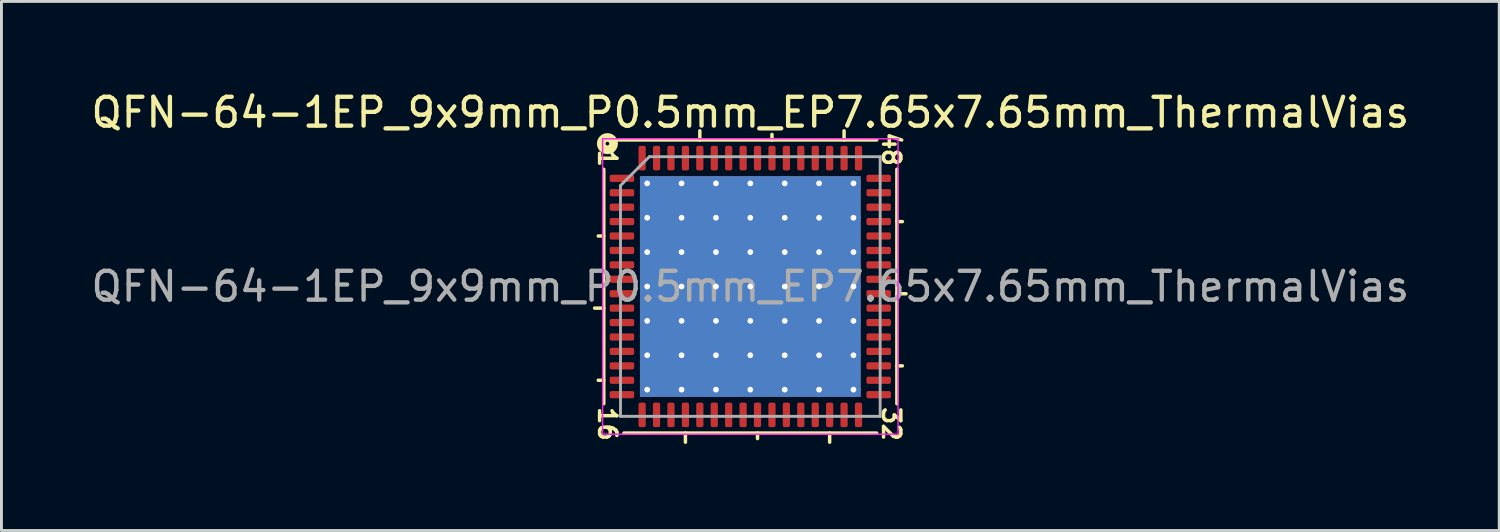
<source format=kicad_pcb>
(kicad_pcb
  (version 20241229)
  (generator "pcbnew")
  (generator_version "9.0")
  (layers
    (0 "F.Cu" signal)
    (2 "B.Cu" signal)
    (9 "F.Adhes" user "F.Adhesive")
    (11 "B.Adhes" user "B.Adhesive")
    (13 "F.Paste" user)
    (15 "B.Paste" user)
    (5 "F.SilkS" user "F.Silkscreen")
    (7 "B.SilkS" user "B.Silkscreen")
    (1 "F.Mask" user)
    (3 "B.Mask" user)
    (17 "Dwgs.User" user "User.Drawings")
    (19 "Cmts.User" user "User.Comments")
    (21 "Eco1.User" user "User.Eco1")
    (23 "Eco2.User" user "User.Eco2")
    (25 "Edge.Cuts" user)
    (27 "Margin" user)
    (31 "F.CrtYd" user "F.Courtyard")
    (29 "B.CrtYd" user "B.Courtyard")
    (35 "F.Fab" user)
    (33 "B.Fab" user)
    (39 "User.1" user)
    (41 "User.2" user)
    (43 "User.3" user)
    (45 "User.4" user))
  (footprint "QFN-64-1EP_9x9mm_P0.5mm_EP7.65x7.65mm_ThermalVias"
    (layer "F.Cu")
    (at 22.958 6.881)
    (property "Reference" "QFN-64-1EP_9x9mm_P0.5mm_EP7.65x7.65mm_ThermalVias" (at 0 -6.032 0) (layer "F.SilkS") (effects (font (size 1 1) (thickness 0.15))))
    (attr smd)
    (fp_line (start -5.08 -4.064) (end -5.08 4.064) (stroke (width 0.12) (type solid)) (layer "F.SilkS"))
    (fp_line (start -5.08 -1.75) (end -5.271 -1.75) (stroke (width 0.12) (type solid)) (layer "F.SilkS"))
    (fp_line (start -5.08 0.75) (end -5.397 0.75) (stroke (width 0.12) (type solid)) (layer "F.SilkS"))
    (fp_line (start -5.08 3.25) (end -5.271 3.25) (stroke (width 0.12) (type solid)) (layer "F.SilkS"))
    (fp_line (start -4.381 5.08) (end 4.381 5.08) (stroke (width 0.12) (type solid)) (layer "F.SilkS"))
    (fp_line (start -2.25 5.08) (end -2.25 5.397) (stroke (width 0.12) (type solid)) (layer "F.SilkS"))
    (fp_line (start -1.75 -5.08) (end -1.75 -5.397) (stroke (width 0.12) (type solid)) (layer "F.SilkS"))
    (fp_line (start 0.25 5.08) (end 0.25 5.271) (stroke (width 0.12) (type solid)) (layer "F.SilkS"))
    (fp_line (start 0.75 -5.08) (end 0.75 -5.271) (stroke (width 0.12) (type solid)) (layer "F.SilkS"))
    (fp_line (start 2.75 5.08) (end 2.75 5.397) (stroke (width 0.12) (type solid)) (layer "F.SilkS"))
    (fp_line (start 3.25 -5.08) (end 3.25 -5.397) (stroke (width 0.12) (type solid)) (layer "F.SilkS"))
    (fp_line (start 4.381 -5.08) (end -4.572 -5.08) (stroke (width 0.12) (type solid)) (layer "F.SilkS"))
    (fp_line (start 5.08 -2.25) (end 5.271 -2.25) (stroke (width 0.12) (type solid)) (layer "F.SilkS"))
    (fp_line (start 5.08 0.25) (end 5.397 0.25) (stroke (width 0.12) (type solid)) (layer "F.SilkS"))
    (fp_line (start 5.08 2.75) (end 5.271 2.75) (stroke (width 0.12) (type solid)) (layer "F.SilkS"))
    (fp_line (start 5.08 4.064) (end 5.08 -4.064) (stroke (width 0.12) (type solid)) (layer "F.SilkS"))
    (fp_circle (center -4.953 -4.953) (end -4.889 -4.953) (stroke (width 0.3) (type solid)) (fill no) (layer "F.SilkS"))
    (fp_line (start -5.12 -5.12) (end -5.12 5.12) (stroke (width 0.05) (type solid)) (layer "F.CrtYd"))
    (fp_line (start -5.12 5.12) (end 5.12 5.12) (stroke (width 0.05) (type solid)) (layer "F.CrtYd"))
    (fp_line (start 5.12 -5.12) (end -5.12 -5.12) (stroke (width 0.05) (type solid)) (layer "F.CrtYd"))
    (fp_line (start 5.12 5.12) (end 5.12 -5.12) (stroke (width 0.05) (type solid)) (layer "F.CrtYd"))
    (fp_line (start -4.5 -3.5) (end -3.5 -4.5) (stroke (width 0.1) (type solid)) (layer "F.Fab"))
    (fp_line (start -4.5 4.5) (end -4.5 -3.5) (stroke (width 0.1) (type solid)) (layer "F.Fab"))
    (fp_line (start -3.5 -4.5) (end 4.5 -4.5) (stroke (width 0.1) (type solid)) (layer "F.Fab"))
    (fp_line (start 4.5 -4.5) (end 4.5 4.5) (stroke (width 0.1) (type solid)) (layer "F.Fab"))
    (fp_line (start 4.5 4.5) (end -4.5 4.5) (stroke (width 0.1) (type solid)) (layer "F.Fab"))
    (fp_text user "48" (at 4.889 -4.763 270) (unlocked yes) (layer "F.SilkS") (effects (font (size 0.6 0.6) (thickness 0.12))))
    (fp_text user "16" (at -4.953 4.763 270) (unlocked yes) (layer "F.SilkS") (effects (font (size 0.6 0.6) (thickness 0.12))))
    (fp_text user "1" (at -4.953 -4.445 270) (unlocked yes) (layer "F.SilkS") (effects (font (size 0.6 0.6) (thickness 0.12))))
    (fp_text user "32" (at 4.889 4.763 270) (unlocked yes) (layer "F.SilkS") (effects (font (size 0.6 0.6) (thickness 0.12))))
    (fp_text user "${REFERENCE}" (at 0 0 0) (layer "F.Fab") (effects (font (size 1 1) (thickness 0.15))))
    (pad "" smd roundrect (at -2.979 -2.979) (size 1.028 1.028) (layers "F.Paste") (roundrect_rratio 0.243))
    (pad "" smd roundrect (at -2.979 -1.788) (size 1.028 1.028) (layers "F.Paste") (roundrect_rratio 0.243))
    (pad "" smd roundrect (at -2.979 -0.596) (size 1.028 1.028) (layers "F.Paste") (roundrect_rratio 0.243))
    (pad "" smd roundrect (at -2.979 0.596) (size 1.028 1.028) (layers "F.Paste") (roundrect_rratio 0.243))
    (pad "" smd roundrect (at -2.979 1.788) (size 1.028 1.028) (layers "F.Paste") (roundrect_rratio 0.243))
    (pad "" smd roundrect (at -2.979 2.979) (size 1.028 1.028) (layers "F.Paste") (roundrect_rratio 0.243))
    (pad "" smd roundrect (at -1.788 -2.979) (size 1.028 1.028) (layers "F.Paste") (roundrect_rratio 0.243))
    (pad "" smd roundrect (at -1.788 -1.788) (size 1.028 1.028) (layers "F.Paste") (roundrect_rratio 0.243))
    (pad "" smd roundrect (at -1.788 -0.596) (size 1.028 1.028) (layers "F.Paste") (roundrect_rratio 0.243))
    (pad "" smd roundrect (at -1.788 0.596) (size 1.028 1.028) (layers "F.Paste") (roundrect_rratio 0.243))
    (pad "" smd roundrect (at -1.788 1.788) (size 1.028 1.028) (layers "F.Paste") (roundrect_rratio 0.243))
    (pad "" smd roundrect (at -1.788 2.979) (size 1.028 1.028) (layers "F.Paste") (roundrect_rratio 0.243))
    (pad "" smd roundrect (at -0.596 -2.979) (size 1.028 1.028) (layers "F.Paste") (roundrect_rratio 0.243))
    (pad "" smd roundrect (at -0.596 -1.788) (size 1.028 1.028) (layers "F.Paste") (roundrect_rratio 0.243))
    (pad "" smd roundrect (at -0.596 -0.596) (size 1.028 1.028) (layers "F.Paste") (roundrect_rratio 0.243))
    (pad "" smd roundrect (at -0.596 0.596) (size 1.028 1.028) (layers "F.Paste") (roundrect_rratio 0.243))
    (pad "" smd roundrect (at -0.596 1.788) (size 1.028 1.028) (layers "F.Paste") (roundrect_rratio 0.243))
    (pad "" smd roundrect (at -0.596 2.979) (size 1.028 1.028) (layers "F.Paste") (roundrect_rratio 0.243))
    (pad "" smd roundrect (at 0.596 -2.979) (size 1.028 1.028) (layers "F.Paste") (roundrect_rratio 0.243))
    (pad "" smd roundrect (at 0.596 -1.788) (size 1.028 1.028) (layers "F.Paste") (roundrect_rratio 0.243))
    (pad "" smd roundrect (at 0.596 -0.596) (size 1.028 1.028) (layers "F.Paste") (roundrect_rratio 0.243))
    (pad "" smd roundrect (at 0.596 0.596) (size 1.028 1.028) (layers "F.Paste") (roundrect_rratio 0.243))
    (pad "" smd roundrect (at 0.596 1.788) (size 1.028 1.028) (layers "F.Paste") (roundrect_rratio 0.243))
    (pad "" smd roundrect (at 0.596 2.979) (size 1.028 1.028) (layers "F.Paste") (roundrect_rratio 0.243))
    (pad "" smd roundrect (at 1.788 -2.979) (size 1.028 1.028) (layers "F.Paste") (roundrect_rratio 0.243))
    (pad "" smd roundrect (at 1.788 -1.788) (size 1.028 1.028) (layers "F.Paste") (roundrect_rratio 0.243))
    (pad "" smd roundrect (at 1.788 -0.596) (size 1.028 1.028) (layers "F.Paste") (roundrect_rratio 0.243))
    (pad "" smd roundrect (at 1.788 0.596) (size 1.028 1.028) (layers "F.Paste") (roundrect_rratio 0.243))
    (pad "" smd roundrect (at 1.788 1.788) (size 1.028 1.028) (layers "F.Paste") (roundrect_rratio 0.243))
    (pad "" smd roundrect (at 1.788 2.979) (size 1.028 1.028) (layers "F.Paste") (roundrect_rratio 0.243))
    (pad "" smd roundrect (at 2.979 -2.979) (size 1.028 1.028) (layers "F.Paste") (roundrect_rratio 0.243))
    (pad "" smd roundrect (at 2.979 -1.788) (size 1.028 1.028) (layers "F.Paste") (roundrect_rratio 0.243))
    (pad "" smd roundrect (at 2.979 -0.596) (size 1.028 1.028) (layers "F.Paste") (roundrect_rratio 0.243))
    (pad "" smd roundrect (at 2.979 0.596) (size 1.028 1.028) (layers "F.Paste") (roundrect_rratio 0.243))
    (pad "" smd roundrect (at 2.979 1.788) (size 1.028 1.028) (layers "F.Paste") (roundrect_rratio 0.243))
    (pad "" smd roundrect (at 2.979 2.979) (size 1.028 1.028) (layers "F.Paste") (roundrect_rratio 0.243))
    (pad "1" smd roundrect (at -4.45 -3.75) (size 0.85 0.25) (layers "F.Cu" "F.Mask" "F.Paste") (roundrect_rratio 0.25))
    (pad "2" smd roundrect (at -4.45 -3.25) (size 0.85 0.25) (layers "F.Cu" "F.Mask" "F.Paste") (roundrect_rratio 0.25))
    (pad "3" smd roundrect (at -4.45 -2.75) (size 0.85 0.25) (layers "F.Cu" "F.Mask" "F.Paste") (roundrect_rratio 0.25))
    (pad "4" smd roundrect (at -4.45 -2.25) (size 0.85 0.25) (layers "F.Cu" "F.Mask" "F.Paste") (roundrect_rratio 0.25))
    (pad "5" smd roundrect (at -4.45 -1.75) (size 0.85 0.25) (layers "F.Cu" "F.Mask" "F.Paste") (roundrect_rratio 0.25))
    (pad "6" smd roundrect (at -4.45 -1.25) (size 0.85 0.25) (layers "F.Cu" "F.Mask" "F.Paste") (roundrect_rratio 0.25))
    (pad "7" smd roundrect (at -4.45 -0.75) (size 0.85 0.25) (layers "F.Cu" "F.Mask" "F.Paste") (roundrect_rratio 0.25))
    (pad "8" smd roundrect (at -4.45 -0.25) (size 0.85 0.25) (layers "F.Cu" "F.Mask" "F.Paste") (roundrect_rratio 0.25))
    (pad "9" smd roundrect (at -4.45 0.25) (size 0.85 0.25) (layers "F.Cu" "F.Mask" "F.Paste") (roundrect_rratio 0.25))
    (pad "10" smd roundrect (at -4.45 0.75) (size 0.85 0.25) (layers "F.Cu" "F.Mask" "F.Paste") (roundrect_rratio 0.25))
    (pad "11" smd roundrect (at -4.45 1.25) (size 0.85 0.25) (layers "F.Cu" "F.Mask" "F.Paste") (roundrect_rratio 0.25))
    (pad "12" smd roundrect (at -4.45 1.75) (size 0.85 0.25) (layers "F.Cu" "F.Mask" "F.Paste") (roundrect_rratio 0.25))
    (pad "13" smd roundrect (at -4.45 2.25) (size 0.85 0.25) (layers "F.Cu" "F.Mask" "F.Paste") (roundrect_rratio 0.25))
    (pad "14" smd roundrect (at -4.45 2.75) (size 0.85 0.25) (layers "F.Cu" "F.Mask" "F.Paste") (roundrect_rratio 0.25))
    (pad "15" smd roundrect (at -4.45 3.25) (size 0.85 0.25) (layers "F.Cu" "F.Mask" "F.Paste") (roundrect_rratio 0.25))
    (pad "16" smd roundrect (at -4.45 3.75) (size 0.85 0.25) (layers "F.Cu" "F.Mask" "F.Paste") (roundrect_rratio 0.25))
    (pad "17" smd roundrect (at -3.75 4.45) (size 0.25 0.85) (layers "F.Cu" "F.Mask" "F.Paste") (roundrect_rratio 0.25))
    (pad "18" smd roundrect (at -3.25 4.45) (size 0.25 0.85) (layers "F.Cu" "F.Mask" "F.Paste") (roundrect_rratio 0.25))
    (pad "19" smd roundrect (at -2.75 4.45) (size 0.25 0.85) (layers "F.Cu" "F.Mask" "F.Paste") (roundrect_rratio 0.25))
    (pad "20" smd roundrect (at -2.25 4.45) (size 0.25 0.85) (layers "F.Cu" "F.Mask" "F.Paste") (roundrect_rratio 0.25))
    (pad "21" smd roundrect (at -1.75 4.45) (size 0.25 0.85) (layers "F.Cu" "F.Mask" "F.Paste") (roundrect_rratio 0.25))
    (pad "22" smd roundrect (at -1.25 4.45) (size 0.25 0.85) (layers "F.Cu" "F.Mask" "F.Paste") (roundrect_rratio 0.25))
    (pad "23" smd roundrect (at -0.75 4.45) (size 0.25 0.85) (layers "F.Cu" "F.Mask" "F.Paste") (roundrect_rratio 0.25))
    (pad "24" smd roundrect (at -0.25 4.45) (size 0.25 0.85) (layers "F.Cu" "F.Mask" "F.Paste") (roundrect_rratio 0.25))
    (pad "25" smd roundrect (at 0.25 4.45) (size 0.25 0.85) (layers "F.Cu" "F.Mask" "F.Paste") (roundrect_rratio 0.25))
    (pad "26" smd roundrect (at 0.75 4.45) (size 0.25 0.85) (layers "F.Cu" "F.Mask" "F.Paste") (roundrect_rratio 0.25))
    (pad "27" smd roundrect (at 1.25 4.45) (size 0.25 0.85) (layers "F.Cu" "F.Mask" "F.Paste") (roundrect_rratio 0.25))
    (pad "28" smd roundrect (at 1.75 4.45) (size 0.25 0.85) (layers "F.Cu" "F.Mask" "F.Paste") (roundrect_rratio 0.25))
    (pad "29" smd roundrect (at 2.25 4.45) (size 0.25 0.85) (layers "F.Cu" "F.Mask" "F.Paste") (roundrect_rratio 0.25))
    (pad "30" smd roundrect (at 2.75 4.45) (size 0.25 0.85) (layers "F.Cu" "F.Mask" "F.Paste") (roundrect_rratio 0.25))
    (pad "31" smd roundrect (at 3.25 4.45) (size 0.25 0.85) (layers "F.Cu" "F.Mask" "F.Paste") (roundrect_rratio 0.25))
    (pad "32" smd roundrect (at 3.75 4.45) (size 0.25 0.85) (layers "F.Cu" "F.Mask" "F.Paste") (roundrect_rratio 0.25))
    (pad "33" smd roundrect (at 4.45 3.75) (size 0.85 0.25) (layers "F.Cu" "F.Mask" "F.Paste") (roundrect_rratio 0.25))
    (pad "34" smd roundrect (at 4.45 3.25) (size 0.85 0.25) (layers "F.Cu" "F.Mask" "F.Paste") (roundrect_rratio 0.25))
    (pad "35" smd roundrect (at 4.45 2.75) (size 0.85 0.25) (layers "F.Cu" "F.Mask" "F.Paste") (roundrect_rratio 0.25))
    (pad "36" smd roundrect (at 4.45 2.25) (size 0.85 0.25) (layers "F.Cu" "F.Mask" "F.Paste") (roundrect_rratio 0.25))
    (pad "37" smd roundrect (at 4.45 1.75) (size 0.85 0.25) (layers "F.Cu" "F.Mask" "F.Paste") (roundrect_rratio 0.25))
    (pad "38" smd roundrect (at 4.45 1.25) (size 0.85 0.25) (layers "F.Cu" "F.Mask" "F.Paste") (roundrect_rratio 0.25))
    (pad "39" smd roundrect (at 4.45 0.75) (size 0.85 0.25) (layers "F.Cu" "F.Mask" "F.Paste") (roundrect_rratio 0.25))
    (pad "40" smd roundrect (at 4.45 0.25) (size 0.85 0.25) (layers "F.Cu" "F.Mask" "F.Paste") (roundrect_rratio 0.25))
    (pad "41" smd roundrect (at 4.45 -0.25) (size 0.85 0.25) (layers "F.Cu" "F.Mask" "F.Paste") (roundrect_rratio 0.25))
    (pad "42" smd roundrect (at 4.45 -0.75) (size 0.85 0.25) (layers "F.Cu" "F.Mask" "F.Paste") (roundrect_rratio 0.25))
    (pad "43" smd roundrect (at 4.45 -1.25) (size 0.85 0.25) (layers "F.Cu" "F.Mask" "F.Paste") (roundrect_rratio 0.25))
    (pad "44" smd roundrect (at 4.45 -1.75) (size 0.85 0.25) (layers "F.Cu" "F.Mask" "F.Paste") (roundrect_rratio 0.25))
    (pad "45" smd roundrect (at 4.45 -2.25) (size 0.85 0.25) (layers "F.Cu" "F.Mask" "F.Paste") (roundrect_rratio 0.25))
    (pad "46" smd roundrect (at 4.45 -2.75) (size 0.85 0.25) (layers "F.Cu" "F.Mask" "F.Paste") (roundrect_rratio 0.25))
    (pad "47" smd roundrect (at 4.45 -3.25) (size 0.85 0.25) (layers "F.Cu" "F.Mask" "F.Paste") (roundrect_rratio 0.25))
    (pad "48" smd roundrect (at 4.45 -3.75) (size 0.85 0.25) (layers "F.Cu" "F.Mask" "F.Paste") (roundrect_rratio 0.25))
    (pad "49" smd roundrect (at 3.75 -4.45) (size 0.25 0.85) (layers "F.Cu" "F.Mask" "F.Paste") (roundrect_rratio 0.25))
    (pad "50" smd roundrect (at 3.25 -4.45) (size 0.25 0.85) (layers "F.Cu" "F.Mask" "F.Paste") (roundrect_rratio 0.25))
    (pad "51" smd roundrect (at 2.75 -4.45) (size 0.25 0.85) (layers "F.Cu" "F.Mask" "F.Paste") (roundrect_rratio 0.25))
    (pad "52" smd roundrect (at 2.25 -4.45) (size 0.25 0.85) (layers "F.Cu" "F.Mask" "F.Paste") (roundrect_rratio 0.25))
    (pad "53" smd roundrect (at 1.75 -4.45) (size 0.25 0.85) (layers "F.Cu" "F.Mask" "F.Paste") (roundrect_rratio 0.25))
    (pad "54" smd roundrect (at 1.25 -4.45) (size 0.25 0.85) (layers "F.Cu" "F.Mask" "F.Paste") (roundrect_rratio 0.25))
    (pad "55" smd roundrect (at 0.75 -4.45) (size 0.25 0.85) (layers "F.Cu" "F.Mask" "F.Paste") (roundrect_rratio 0.25))
    (pad "56" smd roundrect (at 0.25 -4.45) (size 0.25 0.85) (layers "F.Cu" "F.Mask" "F.Paste") (roundrect_rratio 0.25))
    (pad "57" smd roundrect (at -0.25 -4.45) (size 0.25 0.85) (layers "F.Cu" "F.Mask" "F.Paste") (roundrect_rratio 0.25))
    (pad "58" smd roundrect (at -0.75 -4.45) (size 0.25 0.85) (layers "F.Cu" "F.Mask" "F.Paste") (roundrect_rratio 0.25))
    (pad "59" smd roundrect (at -1.25 -4.45) (size 0.25 0.85) (layers "F.Cu" "F.Mask" "F.Paste") (roundrect_rratio 0.25))
    (pad "60" smd roundrect (at -1.75 -4.45) (size 0.25 0.85) (layers "F.Cu" "F.Mask" "F.Paste") (roundrect_rratio 0.25))
    (pad "61" smd roundrect (at -2.25 -4.45) (size 0.25 0.85) (layers "F.Cu" "F.Mask" "F.Paste") (roundrect_rratio 0.25))
    (pad "62" smd roundrect (at -2.75 -4.45) (size 0.25 0.85) (layers "F.Cu" "F.Mask" "F.Paste") (roundrect_rratio 0.25))
    (pad "63" smd roundrect (at -3.25 -4.45) (size 0.25 0.85) (layers "F.Cu" "F.Mask" "F.Paste") (roundrect_rratio 0.25))
    (pad "64" smd roundrect (at -3.75 -4.45) (size 0.25 0.85) (layers "F.Cu" "F.Mask" "F.Paste") (roundrect_rratio 0.25))
    (pad "65" thru_hole circle (at -3.575 -3.575) (size 0.5 0.5) (drill 0.2) (layers "*.Cu"))
    (pad "65" thru_hole circle (at -3.575 -2.383) (size 0.5 0.5) (drill 0.2) (layers "*.Cu"))
    (pad "65" thru_hole circle (at -3.575 -1.192) (size 0.5 0.5) (drill 0.2) (layers "*.Cu"))
    (pad "65" thru_hole circle (at -3.575 0) (size 0.5 0.5) (drill 0.2) (layers "*.Cu"))
    (pad "65" thru_hole circle (at -3.575 1.192) (size 0.5 0.5) (drill 0.2) (layers "*.Cu"))
    (pad "65" thru_hole circle (at -3.575 2.383) (size 0.5 0.5) (drill 0.2) (layers "*.Cu"))
    (pad "65" thru_hole circle (at -3.575 3.575) (size 0.5 0.5) (drill 0.2) (layers "*.Cu"))
    (pad "65" thru_hole circle (at -2.383 -3.575) (size 0.5 0.5) (drill 0.2) (layers "*.Cu"))
    (pad "65" thru_hole circle (at -2.383 -2.383) (size 0.5 0.5) (drill 0.2) (layers "*.Cu"))
    (pad "65" thru_hole circle (at -2.383 -1.192) (size 0.5 0.5) (drill 0.2) (layers "*.Cu"))
    (pad "65" thru_hole circle (at -2.383 0) (size 0.5 0.5) (drill 0.2) (layers "*.Cu"))
    (pad "65" thru_hole circle (at -2.383 1.192) (size 0.5 0.5) (drill 0.2) (layers "*.Cu"))
    (pad "65" thru_hole circle (at -2.383 2.383) (size 0.5 0.5) (drill 0.2) (layers "*.Cu"))
    (pad "65" thru_hole circle (at -2.383 3.575) (size 0.5 0.5) (drill 0.2) (layers "*.Cu"))
    (pad "65" thru_hole circle (at -1.192 -3.575) (size 0.5 0.5) (drill 0.2) (layers "*.Cu"))
    (pad "65" thru_hole circle (at -1.192 -2.383) (size 0.5 0.5) (drill 0.2) (layers "*.Cu"))
    (pad "65" thru_hole circle (at -1.192 -1.192) (size 0.5 0.5) (drill 0.2) (layers "*.Cu"))
    (pad "65" thru_hole circle (at -1.192 0) (size 0.5 0.5) (drill 0.2) (layers "*.Cu"))
    (pad "65" thru_hole circle (at -1.192 1.192) (size 0.5 0.5) (drill 0.2) (layers "*.Cu"))
    (pad "65" thru_hole circle (at -1.192 2.383) (size 0.5 0.5) (drill 0.2) (layers "*.Cu"))
    (pad "65" thru_hole circle (at -1.192 3.575) (size 0.5 0.5) (drill 0.2) (layers "*.Cu"))
    (pad "65" thru_hole circle (at 0 -3.575) (size 0.5 0.5) (drill 0.2) (layers "*.Cu"))
    (pad "65" thru_hole circle (at 0 -2.383) (size 0.5 0.5) (drill 0.2) (layers "*.Cu"))
    (pad "65" thru_hole circle (at 0 -1.192) (size 0.5 0.5) (drill 0.2) (layers "*.Cu"))
    (pad "65" thru_hole circle (at 0 0) (size 0.5 0.5) (drill 0.2) (layers "*.Cu"))
    (pad "65" smd rect (at 0 0) (size 7.65 7.65) (layers "F.Cu" "F.Mask"))
    (pad "65" smd rect (at 0 0) (size 7.65 7.65) (layers "B.Cu" "B.Mask"))
    (pad "65" thru_hole circle (at 0 1.192) (size 0.5 0.5) (drill 0.2) (layers "*.Cu"))
    (pad "65" thru_hole circle (at 0 2.383) (size 0.5 0.5) (drill 0.2) (layers "*.Cu"))
    (pad "65" thru_hole circle (at 0 3.575) (size 0.5 0.5) (drill 0.2) (layers "*.Cu"))
    (pad "65" thru_hole circle (at 1.192 -3.575) (size 0.5 0.5) (drill 0.2) (layers "*.Cu"))
    (pad "65" thru_hole circle (at 1.192 -2.383) (size 0.5 0.5) (drill 0.2) (layers "*.Cu"))
    (pad "65" thru_hole circle (at 1.192 -1.192) (size 0.5 0.5) (drill 0.2) (layers "*.Cu"))
    (pad "65" thru_hole circle (at 1.192 0) (size 0.5 0.5) (drill 0.2) (layers "*.Cu"))
    (pad "65" thru_hole circle (at 1.192 1.192) (size 0.5 0.5) (drill 0.2) (layers "*.Cu"))
    (pad "65" thru_hole circle (at 1.192 2.383) (size 0.5 0.5) (drill 0.2) (layers "*.Cu"))
    (pad "65" thru_hole circle (at 1.192 3.575) (size 0.5 0.5) (drill 0.2) (layers "*.Cu"))
    (pad "65" thru_hole circle (at 2.383 -3.575) (size 0.5 0.5) (drill 0.2) (layers "*.Cu"))
    (pad "65" thru_hole circle (at 2.383 -2.383) (size 0.5 0.5) (drill 0.2) (layers "*.Cu"))
    (pad "65" thru_hole circle (at 2.383 -1.192) (size 0.5 0.5) (drill 0.2) (layers "*.Cu"))
    (pad "65" thru_hole circle (at 2.383 0) (size 0.5 0.5) (drill 0.2) (layers "*.Cu"))
    (pad "65" thru_hole circle (at 2.383 1.192) (size 0.5 0.5) (drill 0.2) (layers "*.Cu"))
    (pad "65" thru_hole circle (at 2.383 2.383) (size 0.5 0.5) (drill 0.2) (layers "*.Cu"))
    (pad "65" thru_hole circle (at 2.383 3.575) (size 0.5 0.5) (drill 0.2) (layers "*.Cu"))
    (pad "65" thru_hole circle (at 3.575 -3.575) (size 0.5 0.5) (drill 0.2) (layers "*.Cu"))
    (pad "65" thru_hole circle (at 3.575 -2.383) (size 0.5 0.5) (drill 0.2) (layers "*.Cu"))
    (pad "65" thru_hole circle (at 3.575 -1.192) (size 0.5 0.5) (drill 0.2) (layers "*.Cu"))
    (pad "65" thru_hole circle (at 3.575 0) (size 0.5 0.5) (drill 0.2) (layers "*.Cu"))
    (pad "65" thru_hole circle (at 3.575 1.192) (size 0.5 0.5) (drill 0.2) (layers "*.Cu"))
    (pad "65" thru_hole circle (at 3.575 2.383) (size 0.5 0.5) (drill 0.2) (layers "*.Cu"))
    (pad "65" thru_hole circle (at 3.575 3.575) (size 0.5 0.5) (drill 0.2) (layers "*.Cu")))
  (gr_rect
    (start -3 -3)
    (end 48.917 15.338)
    (stroke (width 0.1) (type default))
    (fill no)
    (layer "Edge.Cuts")))
</source>
